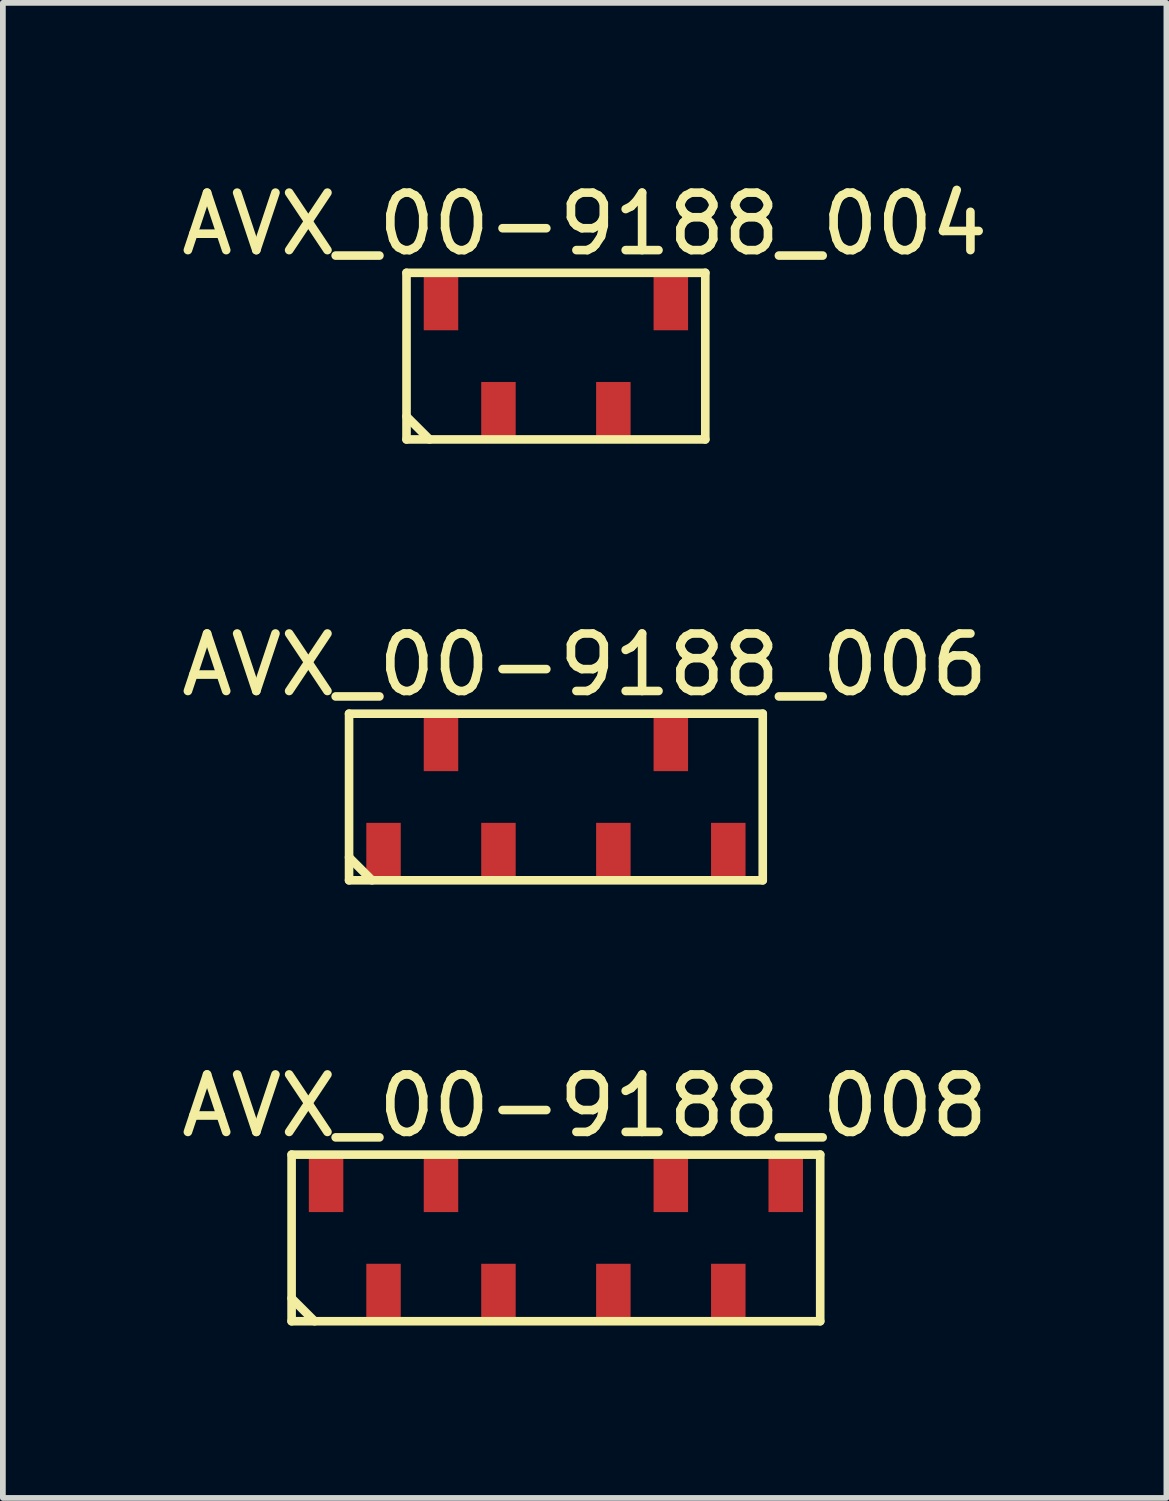
<source format=kicad_pcb>
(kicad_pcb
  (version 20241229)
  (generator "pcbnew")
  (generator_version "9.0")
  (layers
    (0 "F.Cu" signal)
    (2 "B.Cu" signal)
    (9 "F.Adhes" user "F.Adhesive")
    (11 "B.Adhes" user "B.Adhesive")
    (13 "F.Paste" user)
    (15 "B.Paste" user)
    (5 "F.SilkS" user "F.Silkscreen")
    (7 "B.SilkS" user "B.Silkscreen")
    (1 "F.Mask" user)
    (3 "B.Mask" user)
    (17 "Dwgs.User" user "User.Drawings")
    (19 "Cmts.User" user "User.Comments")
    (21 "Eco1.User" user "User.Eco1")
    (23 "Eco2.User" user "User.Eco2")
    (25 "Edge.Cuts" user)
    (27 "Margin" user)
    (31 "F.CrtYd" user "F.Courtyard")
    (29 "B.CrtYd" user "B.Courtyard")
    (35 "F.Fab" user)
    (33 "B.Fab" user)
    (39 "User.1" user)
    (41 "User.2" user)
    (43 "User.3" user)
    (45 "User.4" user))
  (footprint "AVX_00-9188_008"
    (layer "F.Cu")
    (at 3.625 19.445)
    (property "Reference" "AVX_00-9188_008" (at 3.5 -3.25 0) (layer "F.SilkS") (effects (font (size 1 1) (thickness 0.15))))
    (attr through_hole)
    (fp_line (start -1.6 0.1) (end -1.2 0.5) (stroke (width 0.15) (type solid)) (layer "F.SilkS"))
    (fp_line (start -1.6 0.5) (end -1.6 -2.4) (stroke (width 0.15) (type solid)) (layer "F.SilkS"))
    (fp_line (start -1.6 0.5) (end 7.6 0.5) (stroke (width 0.15) (type solid)) (layer "F.SilkS"))
    (fp_line (start 7.6 -2.4) (end -1.6 -2.4) (stroke (width 0.15) (type solid)) (layer "F.SilkS"))
    (fp_line (start 7.6 -2.4) (end 7.6 0.5) (stroke (width 0.15) (type solid)) (layer "F.SilkS"))
    (pad "1" smd rect (at -1 -1.9) (size 0.6 1) (layers "F.Cu" "F.Mask" "F.Paste"))
    (pad "2" smd rect (at 0 0) (size 0.6 1) (layers "F.Cu" "F.Mask" "F.Paste"))
    (pad "3" smd rect (at 1 -1.9) (size 0.6 1) (layers "F.Cu" "F.Mask" "F.Paste"))
    (pad "4" smd rect (at 2 0) (size 0.6 1) (layers "F.Cu" "F.Mask" "F.Paste"))
    (pad "5" smd rect (at 4 0) (size 0.6 1) (layers "F.Cu" "F.Mask" "F.Paste"))
    (pad "6" smd rect (at 5 -1.9) (size 0.6 1) (layers "F.Cu" "F.Mask" "F.Paste"))
    (pad "7" smd rect (at 6 0) (size 0.6 1) (layers "F.Cu" "F.Mask" "F.Paste"))
    (pad "8" smd rect (at 7 -1.9) (size 0.6 1) (layers "F.Cu" "F.Mask" "F.Paste")))
  (footprint "AVX_00-9188_006"
    (layer "F.Cu")
    (at 3.625 11.771)
    (property "Reference" "AVX_00-9188_006" (at 3.5 -3.25 0) (layer "F.SilkS") (effects (font (size 1 1) (thickness 0.15))))
    (attr through_hole)
    (fp_line (start -0.6 -2.4) (end 6.6 -2.4) (stroke (width 0.15) (type solid)) (layer "F.SilkS"))
    (fp_line (start -0.6 0.1) (end -0.2 0.5) (stroke (width 0.15) (type solid)) (layer "F.SilkS"))
    (fp_line (start -0.6 0.5) (end -0.6 -2.4) (stroke (width 0.15) (type solid)) (layer "F.SilkS"))
    (fp_line (start 6.6 -2.4) (end 6.6 0.5) (stroke (width 0.15) (type solid)) (layer "F.SilkS"))
    (fp_line (start 6.6 0.5) (end -0.6 0.5) (stroke (width 0.15) (type solid)) (layer "F.SilkS"))
    (pad "1" smd rect (at 0 0) (size 0.6 1) (layers "F.Cu" "F.Mask" "F.Paste"))
    (pad "2" smd rect (at 1 -1.9) (size 0.6 1) (layers "F.Cu" "F.Mask" "F.Paste"))
    (pad "3" smd rect (at 2 0) (size 0.6 1) (layers "F.Cu" "F.Mask" "F.Paste"))
    (pad "4" smd rect (at 4 0) (size 0.6 1) (layers "F.Cu" "F.Mask" "F.Paste"))
    (pad "5" smd rect (at 5 -1.9) (size 0.6 1) (layers "F.Cu" "F.Mask" "F.Paste"))
    (pad "6" smd rect (at 6 0) (size 0.6 1) (layers "F.Cu" "F.Mask" "F.Paste")))
  (footprint "AVX_00-9188_004"
    (layer "F.Cu")
    (at 3.625 4.098)
    (property "Reference" "AVX_00-9188_004" (at 3.5 -3.25 0) (layer "F.SilkS") (effects (font (size 1 1) (thickness 0.15))))
    (attr through_hole)
    (fp_line (start 0.4 0.1) (end 0.8 0.5) (stroke (width 0.15) (type solid)) (layer "F.SilkS"))
    (fp_line (start 0.4 0.5) (end 0.4 -2.4) (stroke (width 0.15) (type solid)) (layer "F.SilkS"))
    (fp_line (start 0.4 0.5) (end 5.6 0.5) (stroke (width 0.15) (type solid)) (layer "F.SilkS"))
    (fp_line (start 5.6 -2.4) (end 0.4 -2.4) (stroke (width 0.15) (type solid)) (layer "F.SilkS"))
    (fp_line (start 5.6 -2.4) (end 5.6 0.5) (stroke (width 0.15) (type solid)) (layer "F.SilkS"))
    (pad "1" smd rect (at 1 -1.9) (size 0.6 1) (layers "F.Cu" "F.Mask" "F.Paste"))
    (pad "2" smd rect (at 2 0) (size 0.6 1) (layers "F.Cu" "F.Mask" "F.Paste"))
    (pad "3" smd rect (at 4 0) (size 0.6 1) (layers "F.Cu" "F.Mask" "F.Paste"))
    (pad "4" smd rect (at 5 -1.9) (size 0.6 1) (layers "F.Cu" "F.Mask" "F.Paste")))
  (gr_rect
    (start -3 -3)
    (end 17.25 23.02)
    (stroke (width 0.1) (type default))
    (fill no)
    (layer "Edge.Cuts")))
</source>
